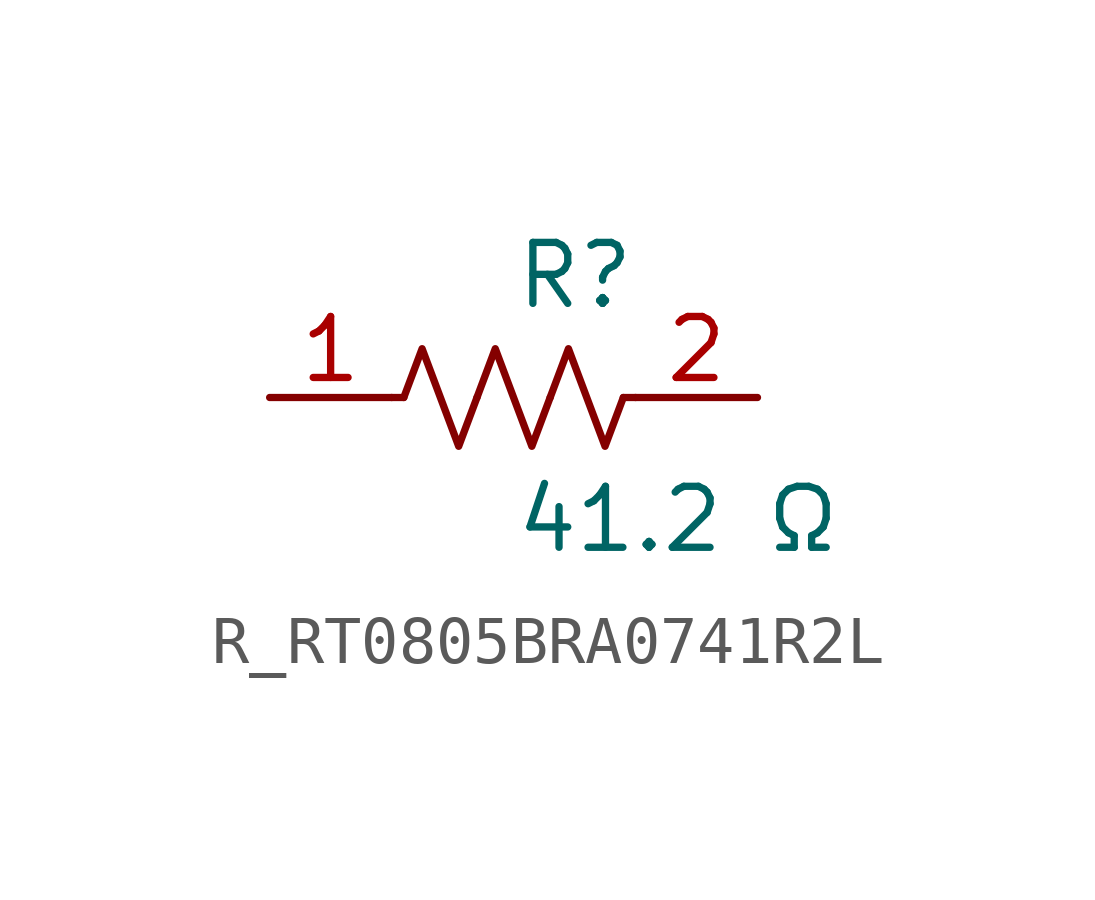
<source format=kicad_sym>
(kicad_symbol_lib
  (version 20231120)
  (generator kicad_symbol_editor)
  (generator_version 8.0)
  (symbol "R_RT0805BRA0741R2L"
    (pin_names
      (offset 0.254))
    (property "Reference" "R"
      (at 0.0 2.54 0)
      (effects (font (size 1.27 1.27)) (justify left)))
    (property "Value" "41.2 Ω"
      (at 0.0 -2.54 0)
      (effects (font (size 1.27 1.27)) (justify left)))
    (symbol "R_RT0805BRA0741R2L_0_1"
      (polyline (pts (xy 2.286 0) (xy 2.54 0)) (stroke (width 0) (type default)) (fill (type none)))
      (polyline (pts (xy -2.286 0) (xy -2.54 0)) (stroke (width 0) (type default)) (fill (type none)))
      (polyline (pts (xy 0.762 0) (xy 1.143 1.016) (xy 1.524 0) (xy 1.905 -1.016) (xy 2.286 0)) (stroke (width 0) (type default)) (fill (type none)))
      (polyline (pts (xy -0.762 0) (xy -0.381 1.016) (xy 0 0) (xy 0.381 -1.016) (xy 0.762 0)) (stroke (width 0) (type default)) (fill (type none)))
      (polyline (pts (xy -2.286 0) (xy -1.905 1.016) (xy -1.524 0) (xy -1.143 -1.016) (xy -0.762 0)) (stroke (width 0) (type default)) (fill (type none))))
    (pin unspecified line
      (at -5.08 0 0)
      (length 2.54)
      (name "" (effects (font (size 1.27 1.27))))
      (number "1" (effects (font (size 1.27 1.27)))))
    (pin unspecified line
      (at 5.08 0 180)
      (length 2.54)
      (name "" (effects (font (size 1.27 1.27))))
      (number "2" (effects (font (size 1.27 1.27)))))))
</source>
